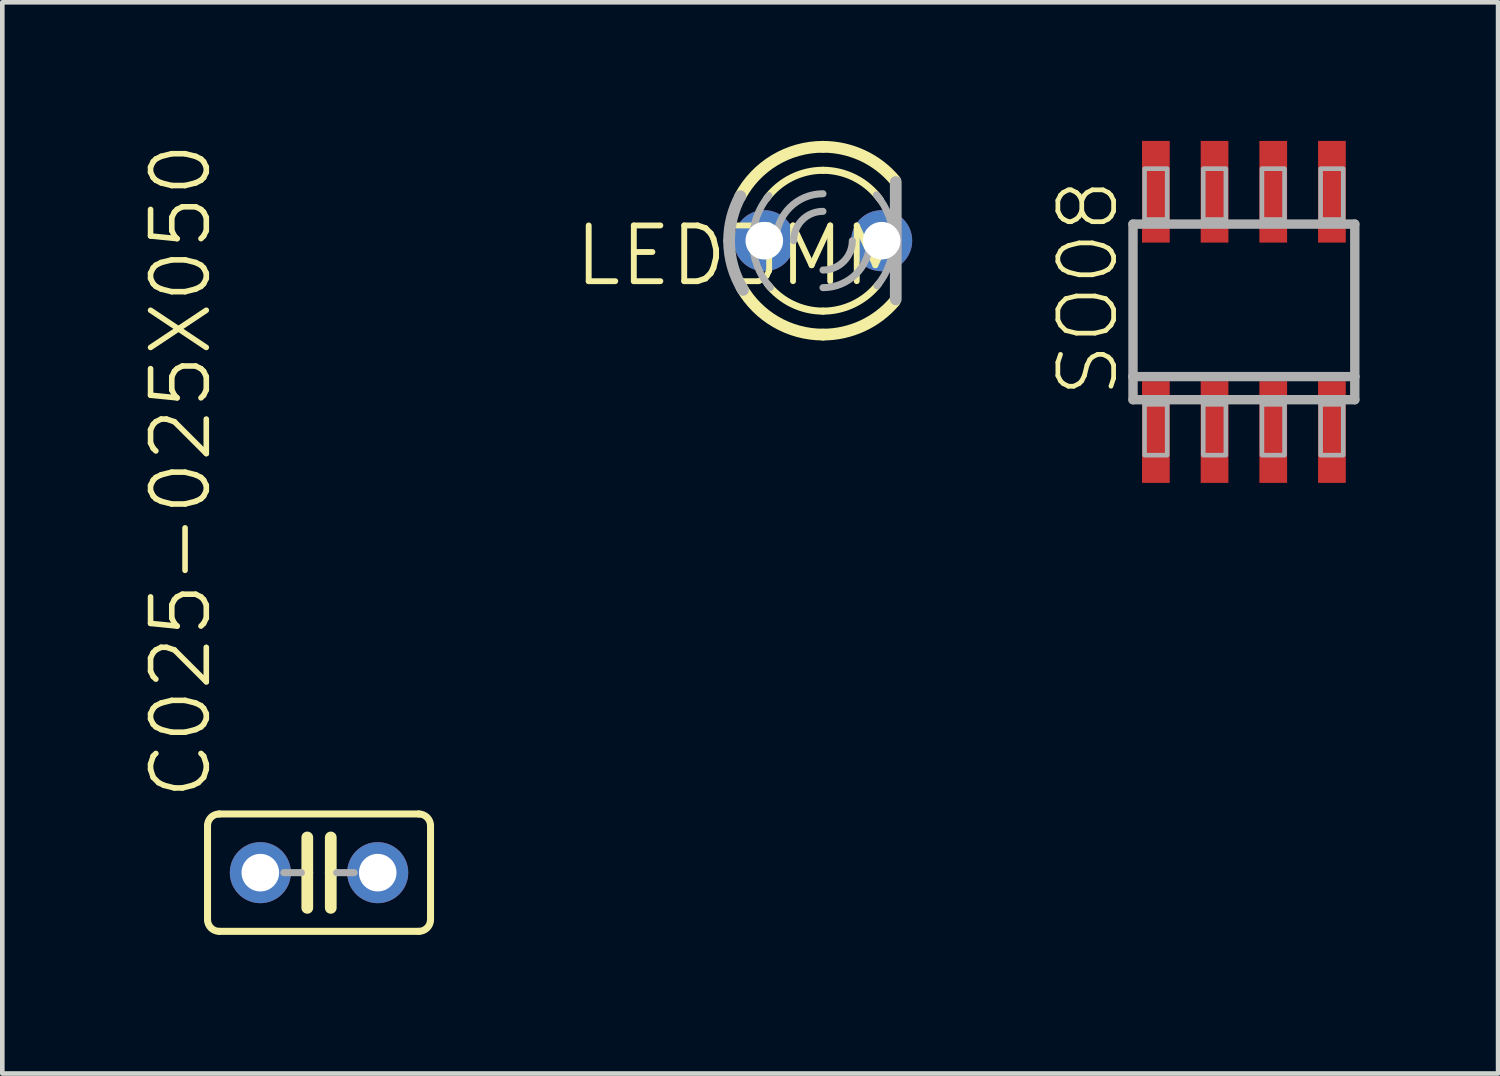
<source format=kicad_pcb>
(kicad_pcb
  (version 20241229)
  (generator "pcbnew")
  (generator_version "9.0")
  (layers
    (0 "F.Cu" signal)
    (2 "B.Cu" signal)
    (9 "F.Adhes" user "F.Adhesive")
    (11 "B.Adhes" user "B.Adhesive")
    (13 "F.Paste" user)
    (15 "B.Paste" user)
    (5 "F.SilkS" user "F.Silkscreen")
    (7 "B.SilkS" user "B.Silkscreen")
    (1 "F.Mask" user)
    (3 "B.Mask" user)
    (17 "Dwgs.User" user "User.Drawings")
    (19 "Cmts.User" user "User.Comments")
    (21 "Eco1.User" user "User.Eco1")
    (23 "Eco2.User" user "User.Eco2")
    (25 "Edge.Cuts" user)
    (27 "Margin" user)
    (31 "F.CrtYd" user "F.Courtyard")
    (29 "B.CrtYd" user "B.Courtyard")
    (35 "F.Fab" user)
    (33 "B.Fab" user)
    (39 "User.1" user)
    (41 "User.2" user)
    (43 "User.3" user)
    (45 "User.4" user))
  (footprint "LED3MM"
    (layer "F.Cu")
    (at 14.76 2.159)
    (property "Reference" "LED3MM" (at 1.905 -0.381 0) (layer "F.SilkS") (effects (font (size 1.206 1.206) (thickness 0.127)) (justify right top)))
    (attr through_hole)
    (fp_arc (start -1.7929 -0.9562) (mid -1.045438 -1.7424) (end 0 -2.032) (stroke (width 0.254) (type solid)) (layer "F.SilkS"))
    (fp_arc (start -1.2192 -0.9144) (mid -0.681554 -1.363107) (end 0 -1.524) (stroke (width 0.1524) (type solid)) (layer "F.SilkS"))
    (fp_arc (start 0 -2.032) (mid 0.861864 -1.840173) (end 1.561 -1.3009) (stroke (width 0.254) (type solid)) (layer "F.SilkS"))
    (fp_arc (start 0 -1.524) (mid 0.697339 -1.355082) (end 1.2401 -0.885801) (stroke (width 0.1524) (type solid)) (layer "F.SilkS"))
    (fp_arc (start 0 1.524) (mid -0.669593 1.369018) (end -1.203 0.9356) (stroke (width 0.1524) (type solid)) (layer "F.SilkS"))
    (fp_arc (start 0 2.032) (mid -1.019924 1.757525) (end -1.7643 1.0082) (stroke (width 0.254) (type solid)) (layer "F.SilkS"))
    (fp_arc (start 1.203 0.9356) (mid 0.669593 1.369018) (end 0 1.524) (stroke (width 0.1524) (type solid)) (layer "F.SilkS"))
    (fp_arc (start 1.5512 1.3126) (mid 0.854953 1.843405) (end 0 2.032) (stroke (width 0.254) (type solid)) (layer "F.SilkS"))
    (fp_line (start 1.575 1.27) (end 1.575 -1.27) (stroke (width 0.254) (type solid)) (layer "F.Fab"))
    (fp_arc (start -2.032 0) (mid -1.970339 -0.496775) (end -1.7891 -0.9634) (stroke (width 0.254) (type solid)) (layer "F.Fab"))
    (fp_arc (start -1.7306 1.065) (mid -1.95521 0.553417) (end -2.032 0) (stroke (width 0.254) (type solid)) (layer "F.Fab"))
    (fp_arc (start -1.524 0) (mid -1.432981 -0.518783) (end -1.1708 -0.9756) (stroke (width 0.1524) (type solid)) (layer "F.Fab"))
    (fp_arc (start -1.1391 1.0125) (mid -1.42454 0.5416) (end -1.524 0) (stroke (width 0.1524) (type solid)) (layer "F.Fab"))
    (fp_arc (start -1.016 0) (mid -0.71842 -0.71842) (end 0 -1.016) (stroke (width 0.1524) (type solid)) (layer "F.Fab"))
    (fp_arc (start -0.635 0) (mid -0.449013 -0.449013) (end 0 -0.635) (stroke (width 0.1524) (type solid)) (layer "F.Fab"))
    (fp_arc (start 0.635 0) (mid 0.449013 0.449013) (end 0 0.635) (stroke (width 0.1524) (type solid)) (layer "F.Fab"))
    (fp_arc (start 1.016 0) (mid 0.71842 0.71842) (end 0 1.016) (stroke (width 0.1524) (type solid)) (layer "F.Fab"))
    (fp_arc (start 1.1571 -0.9918) (mid 1.429332 -0.528744) (end 1.524 0) (stroke (width 0.1524) (type solid)) (layer "F.Fab"))
    (fp_arc (start 1.524 0) (mid 1.432981 0.518783) (end 1.1708 0.9756) (stroke (width 0.1524) (type solid)) (layer "F.Fab"))
    (pad "A" thru_hole circle (at -1.27 0) (size 1.321 1.321) (drill 0.813) (layers "*.Cu" "*.Mask"))
    (pad "K" thru_hole circle (at 1.27 0) (size 1.321 1.321) (drill 0.813) (layers "*.Cu" "*.Mask")))
  (footprint "C025-025X050"
    (layer "F.Cu")
    (at 3.854 15.835)
    (property "Reference" "C025-025X050" (at -2.286 -1.524 270) (layer "F.SilkS") (effects (font (size 1.206 1.206) (thickness 0.121)) (justify left bottom)))
    (attr through_hole)
    (fp_line (start -2.413 -1.016) (end -2.413 1.016) (stroke (width 0.152) (type solid)) (layer "F.SilkS"))
    (fp_line (start -2.159 -1.27) (end 2.159 -1.27) (stroke (width 0.152) (type solid)) (layer "F.SilkS"))
    (fp_line (start -0.254 -0.762) (end -0.254 0) (stroke (width 0.254) (type solid)) (layer "F.SilkS"))
    (fp_line (start -0.254 0) (end -0.381 0) (stroke (width 0.152) (type solid)) (layer "F.SilkS"))
    (fp_line (start -0.254 0) (end -0.254 0.762) (stroke (width 0.254) (type solid)) (layer "F.SilkS"))
    (fp_line (start 0.254 0) (end 0.254 -0.762) (stroke (width 0.254) (type solid)) (layer "F.SilkS"))
    (fp_line (start 0.254 0) (end 0.254 0.762) (stroke (width 0.254) (type solid)) (layer "F.SilkS"))
    (fp_line (start 0.381 0) (end 0.254 0) (stroke (width 0.152) (type solid)) (layer "F.SilkS"))
    (fp_line (start 2.159 1.27) (end -2.159 1.27) (stroke (width 0.152) (type solid)) (layer "F.SilkS"))
    (fp_line (start 2.413 -1.016) (end 2.413 1.016) (stroke (width 0.152) (type solid)) (layer "F.SilkS"))
    (fp_arc (start -2.413 -1.016) (mid -2.338605 -1.195605) (end -2.159 -1.27) (stroke (width 0.1524) (type solid)) (layer "F.SilkS"))
    (fp_arc (start -2.159 1.27) (mid -2.338605 1.195605) (end -2.413 1.016) (stroke (width 0.1524) (type solid)) (layer "F.SilkS"))
    (fp_arc (start 2.159 -1.27) (mid 2.338605 -1.195605) (end 2.413 -1.016) (stroke (width 0.1524) (type solid)) (layer "F.SilkS"))
    (fp_arc (start 2.413 1.016) (mid 2.338605 1.195605) (end 2.159 1.27) (stroke (width 0.1524) (type solid)) (layer "F.SilkS"))
    (fp_line (start -0.381 0) (end -0.762 0) (stroke (width 0.152) (type solid)) (layer "F.Fab"))
    (fp_line (start 0.762 0) (end 0.381 0) (stroke (width 0.152) (type solid)) (layer "F.Fab"))
    (pad "1" thru_hole circle (at -1.27 0) (size 1.321 1.321) (drill 0.813) (layers "*.Cu" "*.Mask"))
    (pad "2" thru_hole circle (at 1.27 0) (size 1.321 1.321) (drill 0.813) (layers "*.Cu" "*.Mask")))
  (footprint "SO08"
    (layer "F.Cu")
    (at 23.869 3.7)
    (property "Reference" "SO08" (at -2.667 1.905 90) (layer "F.SilkS") (effects (font (size 1.206 1.206) (thickness 0.102)) (justify left bottom)))
    (attr through_hole)
    (fp_line (start -2.4 -1.9) (end 2.4 -1.9) (stroke (width 0.203) (type solid)) (layer "F.Fab"))
    (fp_line (start -2.4 1.4) (end -2.4 -1.9) (stroke (width 0.203) (type solid)) (layer "F.Fab"))
    (fp_line (start -2.4 1.9) (end -2.4 1.4) (stroke (width 0.203) (type solid)) (layer "F.Fab"))
    (fp_line (start 2.4 -1.9) (end 2.4 1.4) (stroke (width 0.203) (type solid)) (layer "F.Fab"))
    (fp_line (start 2.4 1.4) (end -2.4 1.4) (stroke (width 0.203) (type solid)) (layer "F.Fab"))
    (fp_line (start 2.4 1.4) (end 2.4 1.9) (stroke (width 0.203) (type solid)) (layer "F.Fab"))
    (fp_line (start 2.4 1.9) (end -2.4 1.9) (stroke (width 0.203) (type solid)) (layer "F.Fab"))
    (fp_poly (pts (xy -2.15 -2) (xy -1.66 -2) (xy -1.66 -3.1) (xy -2.15 -3.1)) (stroke (width 0.1) (type solid)) (fill no) (layer "F.Fab"))
    (fp_poly (pts (xy -2.15 3.1) (xy -1.66 3.1) (xy -1.66 2) (xy -2.15 2)) (stroke (width 0.1) (type solid)) (fill no) (layer "F.Fab"))
    (fp_poly (pts (xy -0.88 -2) (xy -0.39 -2) (xy -0.39 -3.1) (xy -0.88 -3.1)) (stroke (width 0.1) (type solid)) (fill no) (layer "F.Fab"))
    (fp_poly (pts (xy -0.88 3.1) (xy -0.39 3.1) (xy -0.39 2) (xy -0.88 2)) (stroke (width 0.1) (type solid)) (fill no) (layer "F.Fab"))
    (fp_poly (pts (xy 0.39 -2) (xy 0.88 -2) (xy 0.88 -3.1) (xy 0.39 -3.1)) (stroke (width 0.1) (type solid)) (fill no) (layer "F.Fab"))
    (fp_poly (pts (xy 0.39 3.1) (xy 0.88 3.1) (xy 0.88 2) (xy 0.39 2)) (stroke (width 0.1) (type solid)) (fill no) (layer "F.Fab"))
    (fp_poly (pts (xy 1.66 -2) (xy 2.15 -2) (xy 2.15 -3.1) (xy 1.66 -3.1)) (stroke (width 0.1) (type solid)) (fill no) (layer "F.Fab"))
    (fp_poly (pts (xy 1.66 3.1) (xy 2.15 3.1) (xy 2.15 2) (xy 1.66 2)) (stroke (width 0.1) (type solid)) (fill no) (layer "F.Fab"))
    (pad "1" smd rect (at -1.905 2.6) (size 0.6 2.2) (layers "F.Cu" "F.Mask" "F.Paste"))
    (pad "2" smd rect (at -0.635 2.6) (size 0.6 2.2) (layers "F.Cu" "F.Mask" "F.Paste"))
    (pad "3" smd rect (at 0.635 2.6) (size 0.6 2.2) (layers "F.Cu" "F.Mask" "F.Paste"))
    (pad "4" smd rect (at 1.905 2.6) (size 0.6 2.2) (layers "F.Cu" "F.Mask" "F.Paste"))
    (pad "5" smd rect (at 1.905 -2.6) (size 0.6 2.2) (layers "F.Cu" "F.Mask" "F.Paste"))
    (pad "6" smd rect (at 0.635 -2.6) (size 0.6 2.2) (layers "F.Cu" "F.Mask" "F.Paste"))
    (pad "7" smd rect (at -0.635 -2.6) (size 0.6 2.2) (layers "F.Cu" "F.Mask" "F.Paste"))
    (pad "8" smd rect (at -1.905 -2.6) (size 0.6 2.2) (layers "F.Cu" "F.Mask" "F.Paste")))
  (gr_rect
    (start -3 -3)
    (end 29.37 20.182)
    (stroke (width 0.1) (type default))
    (fill no)
    (layer "Edge.Cuts")))
</source>
